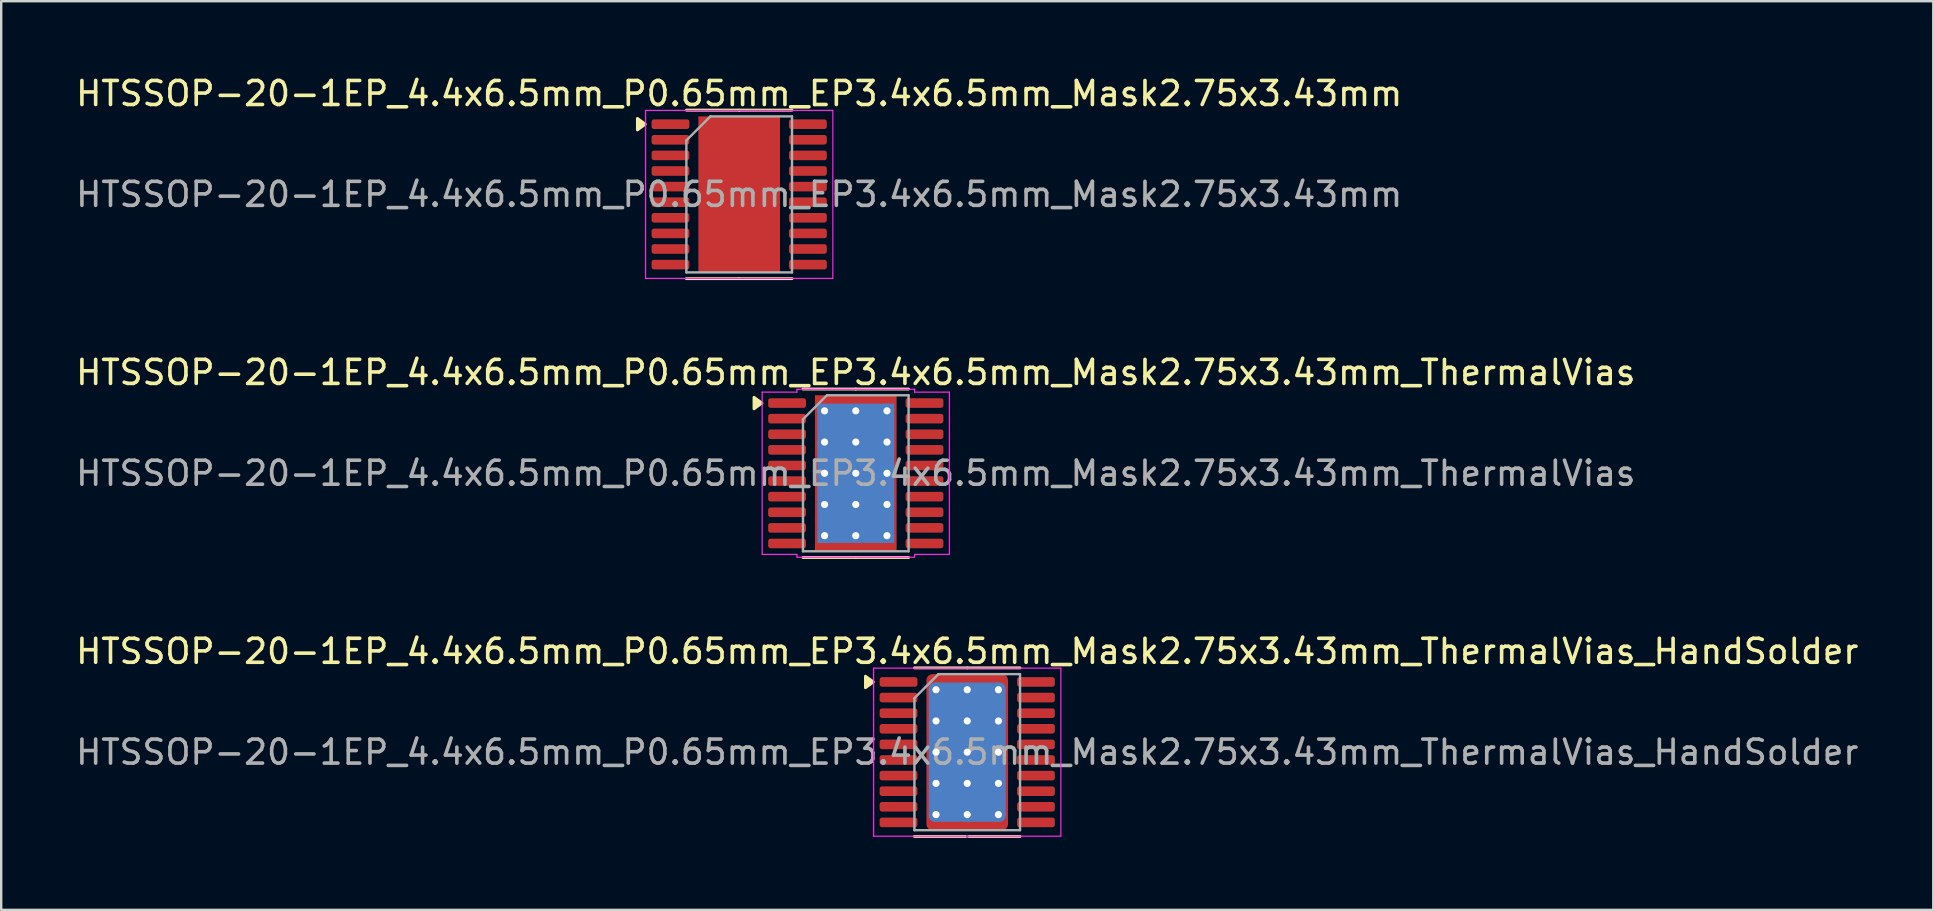
<source format=kicad_pcb>
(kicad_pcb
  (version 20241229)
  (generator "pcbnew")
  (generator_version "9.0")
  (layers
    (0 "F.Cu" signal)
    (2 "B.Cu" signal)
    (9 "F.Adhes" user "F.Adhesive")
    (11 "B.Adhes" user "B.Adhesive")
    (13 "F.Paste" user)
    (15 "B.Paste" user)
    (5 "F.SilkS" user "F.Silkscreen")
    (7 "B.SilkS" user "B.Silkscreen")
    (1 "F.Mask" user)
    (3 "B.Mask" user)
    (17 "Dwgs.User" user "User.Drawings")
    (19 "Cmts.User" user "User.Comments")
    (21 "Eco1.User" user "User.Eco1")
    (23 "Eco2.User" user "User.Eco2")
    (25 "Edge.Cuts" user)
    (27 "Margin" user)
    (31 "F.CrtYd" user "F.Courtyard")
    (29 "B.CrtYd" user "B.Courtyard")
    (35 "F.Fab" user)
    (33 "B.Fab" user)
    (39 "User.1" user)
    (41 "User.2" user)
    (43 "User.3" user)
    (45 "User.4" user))
  (footprint "HTSSOP-20-1EP_4.4x6.5mm_P0.65mm_EP3.4x6.5mm_Mask2.75x3.43mm_ThermalVias_HandSolder"
    (layer "F.Cu")
    (at 37.244 28.285)
    (property "Reference" "HTSSOP-20-1EP_4.4x6.5mm_P0.65mm_EP3.4x6.5mm_Mask2.75x3.43mm_ThermalVias_HandSolder" (at 0 -4.2 0) (layer "F.SilkS") (effects (font (size 1 1) (thickness 0.15))))
    (attr smd)
    (fp_line (start 0 -3.51) (end -2.2 -3.51) (stroke (width 0.12) (type solid)) (layer "F.SilkS"))
    (fp_line (start 0 -3.51) (end 2.2 -3.51) (stroke (width 0.12) (type solid)) (layer "F.SilkS"))
    (fp_line (start 0 3.51) (end -2.2 3.51) (stroke (width 0.12) (type solid)) (layer "F.SilkS"))
    (fp_line (start 0 3.51) (end 2.2 3.51) (stroke (width 0.12) (type solid)) (layer "F.SilkS"))
    (fp_poly (pts (xy -3.91 -2.925) (xy -4.24 -3.165) (xy -4.24 -2.685) (xy -3.91 -2.925)) (stroke (width 0.12) (type solid)) (fill yes) (layer "F.SilkS"))
    (fp_line (start -3.9 -3.5) (end -3.9 3.5) (stroke (width 0.05) (type solid)) (layer "F.CrtYd"))
    (fp_line (start -3.9 3.5) (end 3.9 3.5) (stroke (width 0.05) (type solid)) (layer "F.CrtYd"))
    (fp_line (start 3.9 -3.5) (end -3.9 -3.5) (stroke (width 0.05) (type solid)) (layer "F.CrtYd"))
    (fp_line (start 3.9 3.5) (end 3.9 -3.5) (stroke (width 0.05) (type solid)) (layer "F.CrtYd"))
    (fp_line (start 0 3.51) (end 0 3.51) (stroke (width 0.12) (type solid)) (layer "B.Fab"))
    (fp_line (start -2.2 -2.25) (end -1.2 -3.25) (stroke (width 0.1) (type solid)) (layer "F.Fab"))
    (fp_line (start -2.2 3.25) (end -2.2 -2.25) (stroke (width 0.1) (type solid)) (layer "F.Fab"))
    (fp_line (start -1.2 -3.25) (end 2.2 -3.25) (stroke (width 0.1) (type solid)) (layer "F.Fab"))
    (fp_line (start 2.2 -3.25) (end 2.2 3.25) (stroke (width 0.1) (type solid)) (layer "F.Fab"))
    (fp_line (start 2.2 3.25) (end -2.2 3.25) (stroke (width 0.1) (type solid)) (layer "F.Fab"))
    (fp_text user "${REFERENCE}" (at 0 0 0) (layer "F.Fab") (effects (font (size 1 1) (thickness 0.15))))
    (pad "" smd roundrect (at -0.69 -0.86) (size 1.11 1.38) (layers "F.Paste") (roundrect_rratio 0.225))
    (pad "" smd roundrect (at -0.69 0.86) (size 1.11 1.38) (layers "F.Paste") (roundrect_rratio 0.225))
    (pad "" smd roundrect (at 0 0) (size 2.75 3.43) (layers "*.Mask") (roundrect_rratio 0.091))
    (pad "" smd roundrect (at 0.69 -0.86) (size 1.11 1.38) (layers "F.Paste") (roundrect_rratio 0.225))
    (pad "" smd roundrect (at 0.69 0.86) (size 1.11 1.38) (layers "F.Paste") (roundrect_rratio 0.225))
    (pad "1" smd roundrect (at -2.862 -2.925) (size 1.575 0.4) (layers "F.Cu" "F.Mask" "F.Paste") (roundrect_rratio 0.25))
    (pad "2" smd roundrect (at -2.862 -2.275) (size 1.575 0.4) (layers "F.Cu" "F.Mask" "F.Paste") (roundrect_rratio 0.25))
    (pad "3" smd roundrect (at -2.862 -1.625) (size 1.575 0.4) (layers "F.Cu" "F.Mask" "F.Paste") (roundrect_rratio 0.25))
    (pad "4" smd roundrect (at -2.862 -0.975) (size 1.575 0.4) (layers "F.Cu" "F.Mask" "F.Paste") (roundrect_rratio 0.25))
    (pad "5" smd roundrect (at -2.862 -0.325) (size 1.575 0.4) (layers "F.Cu" "F.Mask" "F.Paste") (roundrect_rratio 0.25))
    (pad "6" smd roundrect (at -2.862 0.325) (size 1.575 0.4) (layers "F.Cu" "F.Mask" "F.Paste") (roundrect_rratio 0.25))
    (pad "7" smd roundrect (at -2.862 0.975) (size 1.575 0.4) (layers "F.Cu" "F.Mask" "F.Paste") (roundrect_rratio 0.25))
    (pad "8" smd roundrect (at -2.862 1.625) (size 1.575 0.4) (layers "F.Cu" "F.Mask" "F.Paste") (roundrect_rratio 0.25))
    (pad "9" smd roundrect (at -2.862 2.275) (size 1.575 0.4) (layers "F.Cu" "F.Mask" "F.Paste") (roundrect_rratio 0.25))
    (pad "10" smd roundrect (at -2.862 2.925) (size 1.575 0.4) (layers "F.Cu" "F.Mask" "F.Paste") (roundrect_rratio 0.25))
    (pad "11" smd roundrect (at 2.862 2.925) (size 1.575 0.4) (layers "F.Cu" "F.Mask" "F.Paste") (roundrect_rratio 0.25))
    (pad "12" smd roundrect (at 2.862 2.275) (size 1.575 0.4) (layers "F.Cu" "F.Mask" "F.Paste") (roundrect_rratio 0.25))
    (pad "13" smd roundrect (at 2.862 1.625) (size 1.575 0.4) (layers "F.Cu" "F.Mask" "F.Paste") (roundrect_rratio 0.25))
    (pad "14" smd roundrect (at 2.862 0.975) (size 1.575 0.4) (layers "F.Cu" "F.Mask" "F.Paste") (roundrect_rratio 0.25))
    (pad "15" smd roundrect (at 2.862 0.325) (size 1.575 0.4) (layers "F.Cu" "F.Mask" "F.Paste") (roundrect_rratio 0.25))
    (pad "16" smd roundrect (at 2.862 -0.325) (size 1.575 0.4) (layers "F.Cu" "F.Mask" "F.Paste") (roundrect_rratio 0.25))
    (pad "17" smd roundrect (at 2.862 -0.975) (size 1.575 0.4) (layers "F.Cu" "F.Mask" "F.Paste") (roundrect_rratio 0.25))
    (pad "18" smd roundrect (at 2.862 -1.625) (size 1.575 0.4) (layers "F.Cu" "F.Mask" "F.Paste") (roundrect_rratio 0.25))
    (pad "19" smd roundrect (at 2.862 -2.275) (size 1.575 0.4) (layers "F.Cu" "F.Mask" "F.Paste") (roundrect_rratio 0.25))
    (pad "20" smd roundrect (at 2.862 -2.925) (size 1.575 0.4) (layers "F.Cu" "F.Mask" "F.Paste") (roundrect_rratio 0.25))
    (pad "21" thru_hole circle (at -1.3 -2.6) (size 0.6 0.6) (drill 0.3) (layers "*.Cu"))
    (pad "21" thru_hole circle (at -1.3 -1.3) (size 0.6 0.6) (drill 0.3) (layers "*.Cu"))
    (pad "21" thru_hole circle (at -1.3 0) (size 0.6 0.6) (drill 0.3) (layers "*.Cu"))
    (pad "21" thru_hole circle (at -1.3 1.3) (size 0.6 0.6) (drill 0.3) (layers "*.Cu"))
    (pad "21" thru_hole circle (at -1.3 2.6) (size 0.6 0.6) (drill 0.3) (layers "*.Cu"))
    (pad "21" thru_hole circle (at 0 -2.6) (size 0.6 0.6) (drill 0.3) (layers "*.Cu"))
    (pad "21" thru_hole circle (at 0 -1.3) (size 0.6 0.6) (drill 0.3) (layers "*.Cu"))
    (pad "21" thru_hole circle (at 0 0) (size 0.6 0.6) (drill 0.3) (layers "*.Cu"))
    (pad "21" smd roundrect (at 0 0) (size 3.2 5.8) (layers "B.Cu") (roundrect_rratio 0.078))
    (pad "21" smd roundrect (at 0 0) (size 3.4 6.5) (layers "F.Cu") (roundrect_rratio 0.074))
    (pad "21" thru_hole circle (at 0 1.3) (size 0.6 0.6) (drill 0.3) (layers "*.Cu"))
    (pad "21" thru_hole circle (at 0 2.6) (size 0.6 0.6) (drill 0.3) (layers "*.Cu"))
    (pad "21" thru_hole circle (at 1.3 -2.6) (size 0.6 0.6) (drill 0.3) (layers "*.Cu"))
    (pad "21" thru_hole circle (at 1.3 -1.3) (size 0.6 0.6) (drill 0.3) (layers "*.Cu"))
    (pad "21" thru_hole circle (at 1.3 0) (size 0.6 0.6) (drill 0.3) (layers "*.Cu"))
    (pad "21" thru_hole circle (at 1.3 1.3) (size 0.6 0.6) (drill 0.3) (layers "*.Cu"))
    (pad "21" thru_hole circle (at 1.3 2.6) (size 0.6 0.6) (drill 0.3) (layers "*.Cu")))
  (footprint "HTSSOP-20-1EP_4.4x6.5mm_P0.65mm_EP3.4x6.5mm_Mask2.75x3.43mm"
    (layer "F.Cu")
    (at 27.744 5.048)
    (property "Reference" "HTSSOP-20-1EP_4.4x6.5mm_P0.65mm_EP3.4x6.5mm_Mask2.75x3.43mm" (at 0 -4.2 0) (layer "F.SilkS") (effects (font (size 1 1) (thickness 0.15))))
    (attr smd)
    (fp_line (start 0 -3.51) (end -2.2 -3.51) (stroke (width 0.12) (type solid)) (layer "F.SilkS"))
    (fp_line (start 0 -3.51) (end 2.2 -3.51) (stroke (width 0.12) (type solid)) (layer "F.SilkS"))
    (fp_line (start 0 3.51) (end -2.2 3.51) (stroke (width 0.12) (type solid)) (layer "F.SilkS"))
    (fp_line (start 0 3.51) (end 2.2 3.51) (stroke (width 0.12) (type solid)) (layer "F.SilkS"))
    (fp_poly (pts (xy -3.91 -2.925) (xy -4.24 -2.685) (xy -4.24 -3.165) (xy -3.91 -2.925)) (stroke (width 0.12) (type solid)) (fill yes) (layer "F.SilkS"))
    (fp_line (start -3.9 -3.5) (end -3.9 3.5) (stroke (width 0.05) (type solid)) (layer "F.CrtYd"))
    (fp_line (start -3.9 3.5) (end 3.9 3.5) (stroke (width 0.05) (type solid)) (layer "F.CrtYd"))
    (fp_line (start 3.9 -3.5) (end -3.9 -3.5) (stroke (width 0.05) (type solid)) (layer "F.CrtYd"))
    (fp_line (start 3.9 3.5) (end 3.9 -3.5) (stroke (width 0.05) (type solid)) (layer "F.CrtYd"))
    (fp_line (start -2.2 -2.25) (end -1.2 -3.25) (stroke (width 0.1) (type solid)) (layer "F.Fab"))
    (fp_line (start -2.2 3.25) (end -2.2 -2.25) (stroke (width 0.1) (type solid)) (layer "F.Fab"))
    (fp_line (start -1.2 -3.25) (end 2.2 -3.25) (stroke (width 0.1) (type solid)) (layer "F.Fab"))
    (fp_line (start 2.2 -3.25) (end 2.2 3.25) (stroke (width 0.1) (type solid)) (layer "F.Fab"))
    (fp_line (start 2.2 3.25) (end -2.2 3.25) (stroke (width 0.1) (type solid)) (layer "F.Fab"))
    (fp_text user "${REFERENCE}" (at 0 0 0) (layer "F.Fab") (effects (font (size 1 1) (thickness 0.15))))
    (pad "" smd roundrect (at -0.69 -0.86) (size 1.11 1.38) (layers "F.Paste") (roundrect_rratio 0.225))
    (pad "" smd roundrect (at -0.69 0.86) (size 1.11 1.38) (layers "F.Paste") (roundrect_rratio 0.225))
    (pad "" smd rect (at 0 0) (size 2.75 3.43) (layers "F.Mask"))
    (pad "" smd roundrect (at 0.69 -0.86) (size 1.11 1.38) (layers "F.Paste") (roundrect_rratio 0.225))
    (pad "" smd roundrect (at 0.69 0.86) (size 1.11 1.38) (layers "F.Paste") (roundrect_rratio 0.225))
    (pad "1" smd roundrect (at -2.862 -2.925) (size 1.575 0.4) (layers "F.Cu" "F.Mask" "F.Paste") (roundrect_rratio 0.25))
    (pad "2" smd roundrect (at -2.862 -2.275) (size 1.575 0.4) (layers "F.Cu" "F.Mask" "F.Paste") (roundrect_rratio 0.25))
    (pad "3" smd roundrect (at -2.862 -1.625) (size 1.575 0.4) (layers "F.Cu" "F.Mask" "F.Paste") (roundrect_rratio 0.25))
    (pad "4" smd roundrect (at -2.862 -0.975) (size 1.575 0.4) (layers "F.Cu" "F.Mask" "F.Paste") (roundrect_rratio 0.25))
    (pad "5" smd roundrect (at -2.862 -0.325) (size 1.575 0.4) (layers "F.Cu" "F.Mask" "F.Paste") (roundrect_rratio 0.25))
    (pad "6" smd roundrect (at -2.862 0.325) (size 1.575 0.4) (layers "F.Cu" "F.Mask" "F.Paste") (roundrect_rratio 0.25))
    (pad "7" smd roundrect (at -2.862 0.975) (size 1.575 0.4) (layers "F.Cu" "F.Mask" "F.Paste") (roundrect_rratio 0.25))
    (pad "8" smd roundrect (at -2.862 1.625) (size 1.575 0.4) (layers "F.Cu" "F.Mask" "F.Paste") (roundrect_rratio 0.25))
    (pad "9" smd roundrect (at -2.862 2.275) (size 1.575 0.4) (layers "F.Cu" "F.Mask" "F.Paste") (roundrect_rratio 0.25))
    (pad "10" smd roundrect (at -2.862 2.925) (size 1.575 0.4) (layers "F.Cu" "F.Mask" "F.Paste") (roundrect_rratio 0.25))
    (pad "11" smd roundrect (at 2.862 2.925) (size 1.575 0.4) (layers "F.Cu" "F.Mask" "F.Paste") (roundrect_rratio 0.25))
    (pad "12" smd roundrect (at 2.862 2.275) (size 1.575 0.4) (layers "F.Cu" "F.Mask" "F.Paste") (roundrect_rratio 0.25))
    (pad "13" smd roundrect (at 2.862 1.625) (size 1.575 0.4) (layers "F.Cu" "F.Mask" "F.Paste") (roundrect_rratio 0.25))
    (pad "14" smd roundrect (at 2.862 0.975) (size 1.575 0.4) (layers "F.Cu" "F.Mask" "F.Paste") (roundrect_rratio 0.25))
    (pad "15" smd roundrect (at 2.862 0.325) (size 1.575 0.4) (layers "F.Cu" "F.Mask" "F.Paste") (roundrect_rratio 0.25))
    (pad "16" smd roundrect (at 2.862 -0.325) (size 1.575 0.4) (layers "F.Cu" "F.Mask" "F.Paste") (roundrect_rratio 0.25))
    (pad "17" smd roundrect (at 2.862 -0.975) (size 1.575 0.4) (layers "F.Cu" "F.Mask" "F.Paste") (roundrect_rratio 0.25))
    (pad "18" smd roundrect (at 2.862 -1.625) (size 1.575 0.4) (layers "F.Cu" "F.Mask" "F.Paste") (roundrect_rratio 0.25))
    (pad "19" smd roundrect (at 2.862 -2.275) (size 1.575 0.4) (layers "F.Cu" "F.Mask" "F.Paste") (roundrect_rratio 0.25))
    (pad "20" smd roundrect (at 2.862 -2.925) (size 1.575 0.4) (layers "F.Cu" "F.Mask" "F.Paste") (roundrect_rratio 0.25))
    (pad "21" smd rect (at 0 0) (size 3.4 6.5) (property pad_prop_heatsink) (layers "F.Cu")))
  (footprint "HTSSOP-20-1EP_4.4x6.5mm_P0.65mm_EP3.4x6.5mm_Mask2.75x3.43mm_ThermalVias"
    (layer "F.Cu")
    (at 32.601 16.666)
    (property "Reference" "HTSSOP-20-1EP_4.4x6.5mm_P0.65mm_EP3.4x6.5mm_Mask2.75x3.43mm_ThermalVias" (at 0 -4.2 0) (layer "F.SilkS") (effects (font (size 1 1) (thickness 0.15))))
    (attr smd)
    (fp_line (start 0 -3.51) (end -2.2 -3.51) (stroke (width 0.12) (type solid)) (layer "F.SilkS"))
    (fp_line (start 0 -3.51) (end 2.2 -3.51) (stroke (width 0.12) (type solid)) (layer "F.SilkS"))
    (fp_line (start 0 3.51) (end -2.2 3.51) (stroke (width 0.12) (type solid)) (layer "F.SilkS"))
    (fp_line (start 0 3.51) (end 2.2 3.51) (stroke (width 0.12) (type solid)) (layer "F.SilkS"))
    (fp_poly (pts (xy -3.91 -2.925) (xy -4.24 -2.685) (xy -4.24 -3.165)) (stroke (width 0.12) (type solid)) (fill yes) (layer "F.SilkS"))
    (fp_line (start -3.9 -3.38) (end -2.45 -3.38) (stroke (width 0.05) (type solid)) (layer "F.CrtYd"))
    (fp_line (start -3.9 3.38) (end -3.9 -3.38) (stroke (width 0.05) (type solid)) (layer "F.CrtYd"))
    (fp_line (start -2.45 -3.5) (end 2.45 -3.5) (stroke (width 0.05) (type solid)) (layer "F.CrtYd"))
    (fp_line (start -2.45 -3.38) (end -2.45 -3.5) (stroke (width 0.05) (type solid)) (layer "F.CrtYd"))
    (fp_line (start -2.45 3.38) (end -3.9 3.38) (stroke (width 0.05) (type solid)) (layer "F.CrtYd"))
    (fp_line (start -2.45 3.5) (end -2.45 3.38) (stroke (width 0.05) (type solid)) (layer "F.CrtYd"))
    (fp_line (start 2.45 -3.5) (end 2.45 -3.38) (stroke (width 0.05) (type solid)) (layer "F.CrtYd"))
    (fp_line (start 2.45 -3.38) (end 3.9 -3.38) (stroke (width 0.05) (type solid)) (layer "F.CrtYd"))
    (fp_line (start 2.45 3.38) (end 2.45 3.5) (stroke (width 0.05) (type solid)) (layer "F.CrtYd"))
    (fp_line (start 2.45 3.5) (end -2.45 3.5) (stroke (width 0.05) (type solid)) (layer "F.CrtYd"))
    (fp_line (start 3.9 -3.38) (end 3.9 3.38) (stroke (width 0.05) (type solid)) (layer "F.CrtYd"))
    (fp_line (start 3.9 3.38) (end 2.45 3.38) (stroke (width 0.05) (type solid)) (layer "F.CrtYd"))
    (fp_line (start -2.2 -2.25) (end -1.2 -3.25) (stroke (width 0.1) (type solid)) (layer "F.Fab"))
    (fp_line (start -2.2 3.25) (end -2.2 -2.25) (stroke (width 0.1) (type solid)) (layer "F.Fab"))
    (fp_line (start -1.2 -3.25) (end 2.2 -3.25) (stroke (width 0.1) (type solid)) (layer "F.Fab"))
    (fp_line (start 2.2 -3.25) (end 2.2 3.25) (stroke (width 0.1) (type solid)) (layer "F.Fab"))
    (fp_line (start 2.2 3.25) (end -2.2 3.25) (stroke (width 0.1) (type solid)) (layer "F.Fab"))
    (fp_text user "${REFERENCE}" (at 0 0 0) (layer "F.Fab") (effects (font (size 1 1) (thickness 0.15))))
    (pad "" smd roundrect (at -0.69 -0.86) (size 1.11 1.38) (layers "F.Paste") (roundrect_rratio 0.225))
    (pad "" smd roundrect (at -0.69 0.86) (size 1.11 1.38) (layers "F.Paste") (roundrect_rratio 0.225))
    (pad "" smd rect (at 0 0) (size 2.75 3.43) (layers "F.Mask"))
    (pad "" smd roundrect (at 0.69 -0.86) (size 1.11 1.38) (layers "F.Paste") (roundrect_rratio 0.225))
    (pad "" smd roundrect (at 0.69 0.86) (size 1.11 1.38) (layers "F.Paste") (roundrect_rratio 0.225))
    (pad "1" smd roundrect (at -2.862 -2.925) (size 1.575 0.4) (layers "F.Cu" "F.Mask" "F.Paste") (roundrect_rratio 0.25))
    (pad "2" smd roundrect (at -2.862 -2.275) (size 1.575 0.4) (layers "F.Cu" "F.Mask" "F.Paste") (roundrect_rratio 0.25))
    (pad "3" smd roundrect (at -2.862 -1.625) (size 1.575 0.4) (layers "F.Cu" "F.Mask" "F.Paste") (roundrect_rratio 0.25))
    (pad "4" smd roundrect (at -2.862 -0.975) (size 1.575 0.4) (layers "F.Cu" "F.Mask" "F.Paste") (roundrect_rratio 0.25))
    (pad "5" smd roundrect (at -2.862 -0.325) (size 1.575 0.4) (layers "F.Cu" "F.Mask" "F.Paste") (roundrect_rratio 0.25))
    (pad "6" smd roundrect (at -2.862 0.325) (size 1.575 0.4) (layers "F.Cu" "F.Mask" "F.Paste") (roundrect_rratio 0.25))
    (pad "7" smd roundrect (at -2.862 0.975) (size 1.575 0.4) (layers "F.Cu" "F.Mask" "F.Paste") (roundrect_rratio 0.25))
    (pad "8" smd roundrect (at -2.862 1.625) (size 1.575 0.4) (layers "F.Cu" "F.Mask" "F.Paste") (roundrect_rratio 0.25))
    (pad "9" smd roundrect (at -2.862 2.275) (size 1.575 0.4) (layers "F.Cu" "F.Mask" "F.Paste") (roundrect_rratio 0.25))
    (pad "10" smd roundrect (at -2.862 2.925) (size 1.575 0.4) (layers "F.Cu" "F.Mask" "F.Paste") (roundrect_rratio 0.25))
    (pad "11" smd roundrect (at 2.862 2.925) (size 1.575 0.4) (layers "F.Cu" "F.Mask" "F.Paste") (roundrect_rratio 0.25))
    (pad "12" smd roundrect (at 2.862 2.275) (size 1.575 0.4) (layers "F.Cu" "F.Mask" "F.Paste") (roundrect_rratio 0.25))
    (pad "13" smd roundrect (at 2.862 1.625) (size 1.575 0.4) (layers "F.Cu" "F.Mask" "F.Paste") (roundrect_rratio 0.25))
    (pad "14" smd roundrect (at 2.862 0.975) (size 1.575 0.4) (layers "F.Cu" "F.Mask" "F.Paste") (roundrect_rratio 0.25))
    (pad "15" smd roundrect (at 2.862 0.325) (size 1.575 0.4) (layers "F.Cu" "F.Mask" "F.Paste") (roundrect_rratio 0.25))
    (pad "16" smd roundrect (at 2.862 -0.325) (size 1.575 0.4) (layers "F.Cu" "F.Mask" "F.Paste") (roundrect_rratio 0.25))
    (pad "17" smd roundrect (at 2.862 -0.975) (size 1.575 0.4) (layers "F.Cu" "F.Mask" "F.Paste") (roundrect_rratio 0.25))
    (pad "18" smd roundrect (at 2.862 -1.625) (size 1.575 0.4) (layers "F.Cu" "F.Mask" "F.Paste") (roundrect_rratio 0.25))
    (pad "19" smd roundrect (at 2.862 -2.275) (size 1.575 0.4) (layers "F.Cu" "F.Mask" "F.Paste") (roundrect_rratio 0.25))
    (pad "20" smd roundrect (at 2.862 -2.925) (size 1.575 0.4) (layers "F.Cu" "F.Mask" "F.Paste") (roundrect_rratio 0.25))
    (pad "21" thru_hole circle (at -1.3 -2.6) (size 0.6 0.6) (drill 0.3) (property pad_prop_heatsink) (layers "*.Cu"))
    (pad "21" thru_hole circle (at -1.3 -1.3) (size 0.6 0.6) (drill 0.3) (property pad_prop_heatsink) (layers "*.Cu"))
    (pad "21" thru_hole circle (at -1.3 0) (size 0.6 0.6) (drill 0.3) (property pad_prop_heatsink) (layers "*.Cu"))
    (pad "21" thru_hole circle (at -1.3 1.3) (size 0.6 0.6) (drill 0.3) (property pad_prop_heatsink) (layers "*.Cu"))
    (pad "21" thru_hole circle (at -1.3 2.6) (size 0.6 0.6) (drill 0.3) (property pad_prop_heatsink) (layers "*.Cu"))
    (pad "21" thru_hole circle (at 0 -2.6) (size 0.6 0.6) (drill 0.3) (property pad_prop_heatsink) (layers "*.Cu"))
    (pad "21" thru_hole circle (at 0 -1.3) (size 0.6 0.6) (drill 0.3) (property pad_prop_heatsink) (layers "*.Cu"))
    (pad "21" thru_hole circle (at 0 0) (size 0.6 0.6) (drill 0.3) (property pad_prop_heatsink) (layers "*.Cu"))
    (pad "21" smd rect (at 0 0) (size 3.2 5.8) (property pad_prop_heatsink) (layers "B.Cu"))
    (pad "21" smd rect (at 0 0) (size 3.4 6.5) (property pad_prop_heatsink) (layers "F.Cu"))
    (pad "21" thru_hole circle (at 0 1.3) (size 0.6 0.6) (drill 0.3) (property pad_prop_heatsink) (layers "*.Cu"))
    (pad "21" thru_hole circle (at 0 2.6) (size 0.6 0.6) (drill 0.3) (property pad_prop_heatsink) (layers "*.Cu"))
    (pad "21" thru_hole circle (at 1.3 -2.6) (size 0.6 0.6) (drill 0.3) (property pad_prop_heatsink) (layers "*.Cu"))
    (pad "21" thru_hole circle (at 1.3 -1.3) (size 0.6 0.6) (drill 0.3) (property pad_prop_heatsink) (layers "*.Cu"))
    (pad "21" thru_hole circle (at 1.3 0) (size 0.6 0.6) (drill 0.3) (property pad_prop_heatsink) (layers "*.Cu"))
    (pad "21" thru_hole circle (at 1.3 1.3) (size 0.6 0.6) (drill 0.3) (property pad_prop_heatsink) (layers "*.Cu"))
    (pad "21" thru_hole circle (at 1.3 2.6) (size 0.6 0.6) (drill 0.3) (property pad_prop_heatsink) (layers "*.Cu")))
  (gr_rect
    (start -3 -3)
    (end 77.488 34.855)
    (stroke (width 0.1) (type default))
    (fill no)
    (layer "Edge.Cuts")))
</source>
